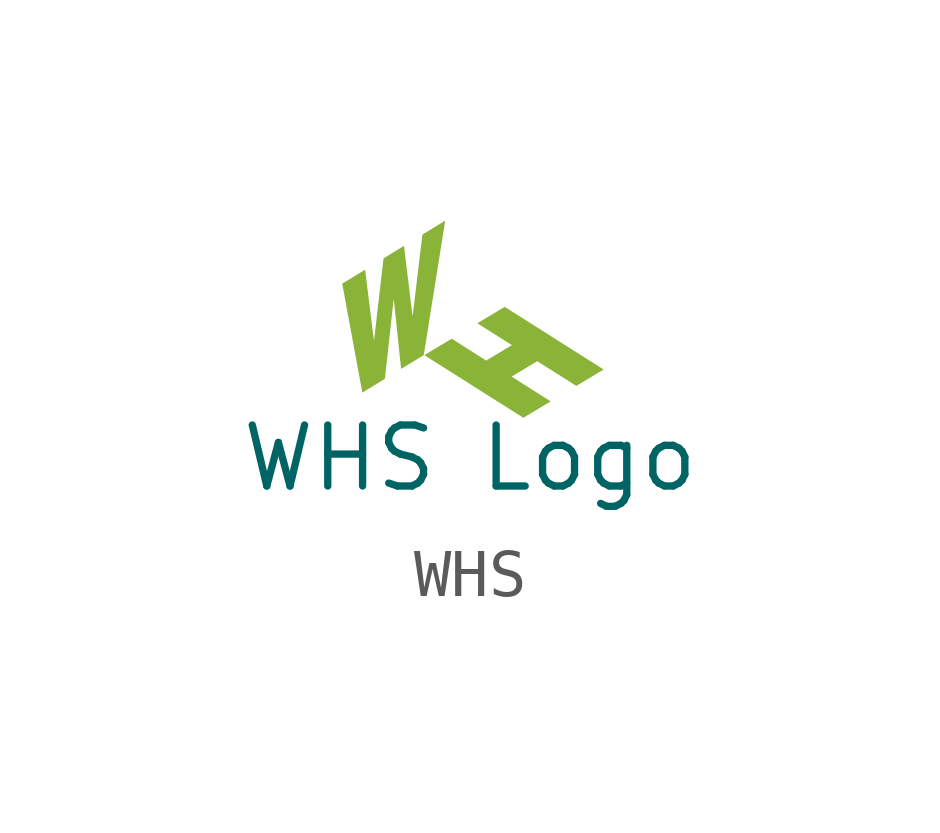
<source format=kicad_sym>
(kicad_symbol_lib
  (version 20241209)
  (generator "kicad_symbol_editor")
  (generator_version "9.0")
  (symbol "WHS"
    (property "Reference" "SYM"
      (at 1.524 1.778 0)
      (effects (font (size 1.27 1.27)) (hide yes)))
    (property "Value" "WHS Logo"
      (at 0.254 -2.54 0)
      (effects (font (size 1.27 1.27))))
    (symbol "WHS_1_0"
      (polyline (pts (xy -0.709 -0.392) (xy -1.181 -0.681) (xy -1.333 0.766) (xy -1.337 0.763) (xy -1.519 -0.887) (xy -1.989 -1.175) (xy -2.408 1.096) (xy -1.931 1.387) (xy -1.748 -0.083) (xy -1.744 -0.08) (xy -1.547 1.623) (xy -1.121 1.883) (xy -0.945 0.429) (xy -0.94 0.432) (xy -0.737 2.118) (xy -0.262 2.408) (xy -0.709 -0.392)) (stroke (width -0.0001) (type solid)) (fill (type color) (color 138 180 56 1)))
      (polyline (pts (xy 3.038 -0.693) (xy 2.469 -1.035) (xy 1.654 -0.52) (xy 1.12 -0.841) (xy 1.934 -1.357) (xy 1.365 -1.699) (xy -0.698 -0.394) (xy -0.128 -0.051) (xy 0.591 -0.507) (xy 1.126 -0.185) (xy 0.406 0.27) (xy 0.976 0.612) (xy 3.038 -0.693)) (stroke (width -0.0001) (type solid)) (fill (type color) (color 138 180 56 1))))))
</source>
